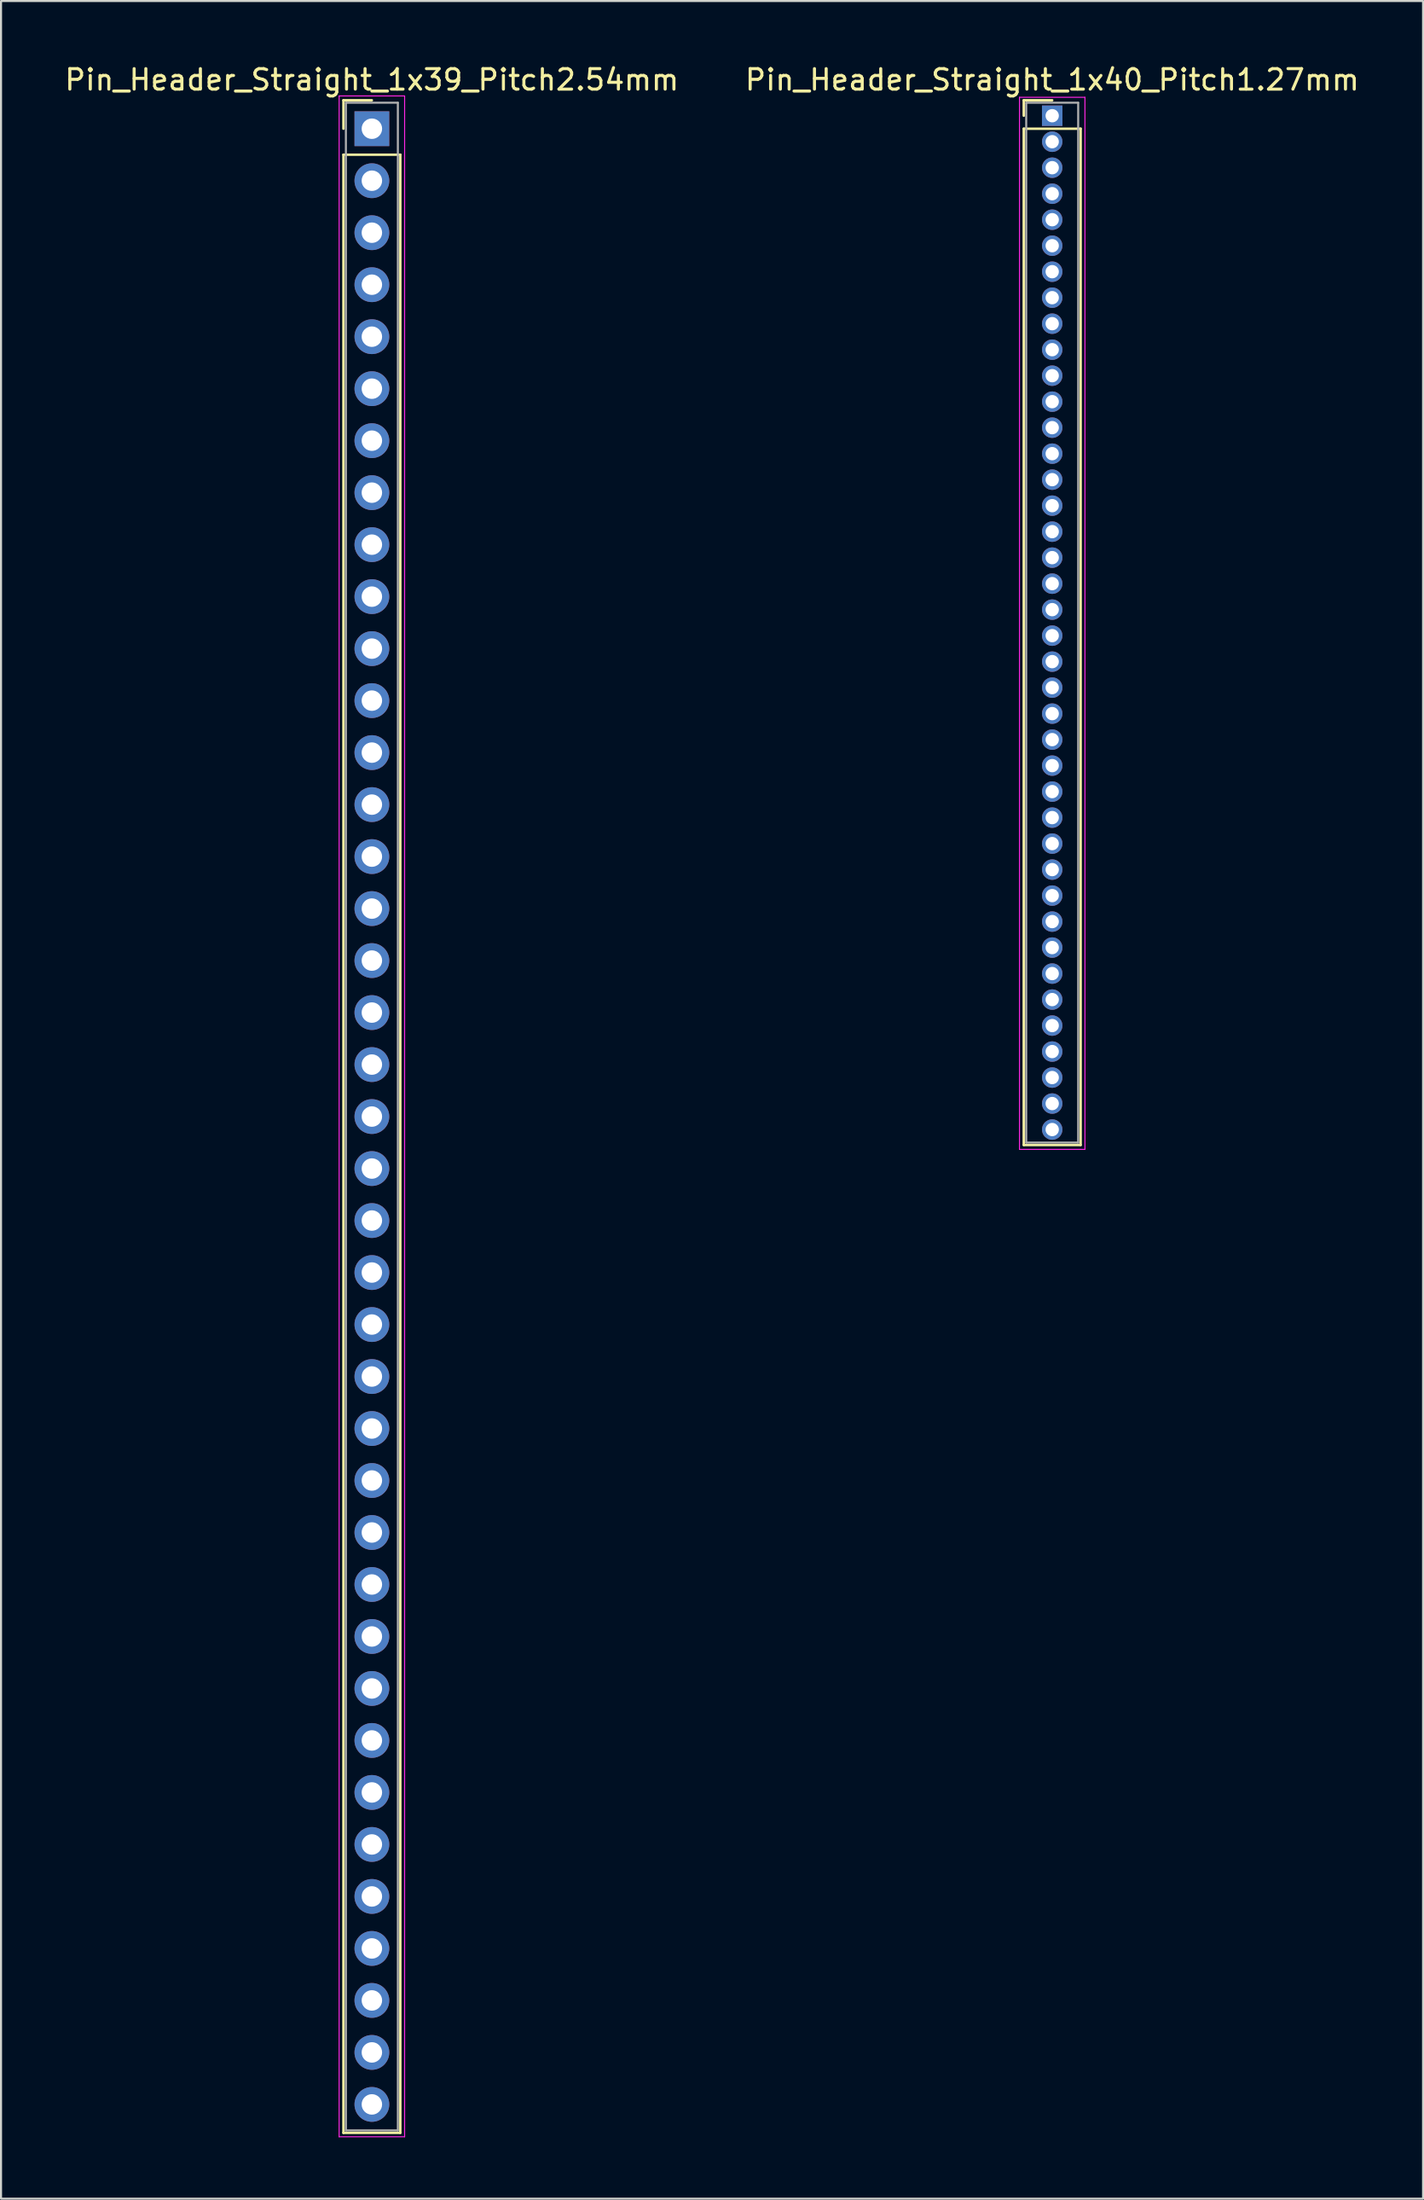
<source format=kicad_pcb>
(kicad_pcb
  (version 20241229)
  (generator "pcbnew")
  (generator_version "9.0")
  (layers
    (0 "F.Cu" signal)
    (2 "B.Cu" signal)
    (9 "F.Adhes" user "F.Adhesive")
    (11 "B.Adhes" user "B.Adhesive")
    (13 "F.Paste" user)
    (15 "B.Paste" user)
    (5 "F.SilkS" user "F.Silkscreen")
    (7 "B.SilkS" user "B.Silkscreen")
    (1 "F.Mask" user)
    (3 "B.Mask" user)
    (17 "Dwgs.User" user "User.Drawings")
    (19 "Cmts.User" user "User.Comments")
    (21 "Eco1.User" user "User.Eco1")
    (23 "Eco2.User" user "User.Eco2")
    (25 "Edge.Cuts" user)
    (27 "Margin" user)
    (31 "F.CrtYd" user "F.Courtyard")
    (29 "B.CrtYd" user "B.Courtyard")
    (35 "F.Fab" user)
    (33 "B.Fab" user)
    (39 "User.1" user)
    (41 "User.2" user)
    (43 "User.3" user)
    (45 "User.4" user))
  (footprint "Pin_Header_Straight_1x39_Pitch2.54mm"
    (layer "F.Cu")
    (at 15.125 3.238)
    (property "Reference" "Pin_Header_Straight_1x39_Pitch2.54mm" (at 0 -2.39 0) (layer "F.SilkS") (effects (font (size 1 1) (thickness 0.15))))
    (attr through_hole)
    (fp_line (start -1.39 -1.39) (end 0 -1.39) (stroke (width 0.12) (type solid)) (layer "F.SilkS"))
    (fp_line (start -1.39 0) (end -1.39 -1.39) (stroke (width 0.12) (type solid)) (layer "F.SilkS"))
    (fp_line (start -1.39 1.27) (end -1.39 97.91) (stroke (width 0.12) (type solid)) (layer "F.SilkS"))
    (fp_line (start -1.39 97.91) (end 1.39 97.91) (stroke (width 0.12) (type solid)) (layer "F.SilkS"))
    (fp_line (start 1.39 1.27) (end -1.39 1.27) (stroke (width 0.12) (type solid)) (layer "F.SilkS"))
    (fp_line (start 1.39 97.91) (end 1.39 1.27) (stroke (width 0.12) (type solid)) (layer "F.SilkS"))
    (fp_line (start -1.6 -1.6) (end -1.6 98.1) (stroke (width 0.05) (type solid)) (layer "F.CrtYd"))
    (fp_line (start -1.6 98.1) (end 1.6 98.1) (stroke (width 0.05) (type solid)) (layer "F.CrtYd"))
    (fp_line (start 1.6 -1.6) (end -1.6 -1.6) (stroke (width 0.05) (type solid)) (layer "F.CrtYd"))
    (fp_line (start 1.6 98.1) (end 1.6 -1.6) (stroke (width 0.05) (type solid)) (layer "F.CrtYd"))
    (fp_line (start -1.27 -1.27) (end -1.27 97.79) (stroke (width 0.1) (type solid)) (layer "F.Fab"))
    (fp_line (start -1.27 97.79) (end 1.27 97.79) (stroke (width 0.1) (type solid)) (layer "F.Fab"))
    (fp_line (start 1.27 -1.27) (end -1.27 -1.27) (stroke (width 0.1) (type solid)) (layer "F.Fab"))
    (fp_line (start 1.27 97.79) (end 1.27 -1.27) (stroke (width 0.1) (type solid)) (layer "F.Fab"))
    (pad "1" thru_hole rect (at 0 0) (size 1.7 1.7) (drill 1) (layers "*.Cu" "*.Mask"))
    (pad "2" thru_hole oval (at 0 2.54) (size 1.7 1.7) (drill 1) (layers "*.Cu" "*.Mask"))
    (pad "3" thru_hole oval (at 0 5.08) (size 1.7 1.7) (drill 1) (layers "*.Cu" "*.Mask"))
    (pad "4" thru_hole oval (at 0 7.62) (size 1.7 1.7) (drill 1) (layers "*.Cu" "*.Mask"))
    (pad "5" thru_hole oval (at 0 10.16) (size 1.7 1.7) (drill 1) (layers "*.Cu" "*.Mask"))
    (pad "6" thru_hole oval (at 0 12.7) (size 1.7 1.7) (drill 1) (layers "*.Cu" "*.Mask"))
    (pad "7" thru_hole oval (at 0 15.24) (size 1.7 1.7) (drill 1) (layers "*.Cu" "*.Mask"))
    (pad "8" thru_hole oval (at 0 17.78) (size 1.7 1.7) (drill 1) (layers "*.Cu" "*.Mask"))
    (pad "9" thru_hole oval (at 0 20.32) (size 1.7 1.7) (drill 1) (layers "*.Cu" "*.Mask"))
    (pad "10" thru_hole oval (at 0 22.86) (size 1.7 1.7) (drill 1) (layers "*.Cu" "*.Mask"))
    (pad "11" thru_hole oval (at 0 25.4) (size 1.7 1.7) (drill 1) (layers "*.Cu" "*.Mask"))
    (pad "12" thru_hole oval (at 0 27.94) (size 1.7 1.7) (drill 1) (layers "*.Cu" "*.Mask"))
    (pad "13" thru_hole oval (at 0 30.48) (size 1.7 1.7) (drill 1) (layers "*.Cu" "*.Mask"))
    (pad "14" thru_hole oval (at 0 33.02) (size 1.7 1.7) (drill 1) (layers "*.Cu" "*.Mask"))
    (pad "15" thru_hole oval (at 0 35.56) (size 1.7 1.7) (drill 1) (layers "*.Cu" "*.Mask"))
    (pad "16" thru_hole oval (at 0 38.1) (size 1.7 1.7) (drill 1) (layers "*.Cu" "*.Mask"))
    (pad "17" thru_hole oval (at 0 40.64) (size 1.7 1.7) (drill 1) (layers "*.Cu" "*.Mask"))
    (pad "18" thru_hole oval (at 0 43.18) (size 1.7 1.7) (drill 1) (layers "*.Cu" "*.Mask"))
    (pad "19" thru_hole oval (at 0 45.72) (size 1.7 1.7) (drill 1) (layers "*.Cu" "*.Mask"))
    (pad "20" thru_hole oval (at 0 48.26) (size 1.7 1.7) (drill 1) (layers "*.Cu" "*.Mask"))
    (pad "21" thru_hole oval (at 0 50.8) (size 1.7 1.7) (drill 1) (layers "*.Cu" "*.Mask"))
    (pad "22" thru_hole oval (at 0 53.34) (size 1.7 1.7) (drill 1) (layers "*.Cu" "*.Mask"))
    (pad "23" thru_hole oval (at 0 55.88) (size 1.7 1.7) (drill 1) (layers "*.Cu" "*.Mask"))
    (pad "24" thru_hole oval (at 0 58.42) (size 1.7 1.7) (drill 1) (layers "*.Cu" "*.Mask"))
    (pad "25" thru_hole oval (at 0 60.96) (size 1.7 1.7) (drill 1) (layers "*.Cu" "*.Mask"))
    (pad "26" thru_hole oval (at 0 63.5) (size 1.7 1.7) (drill 1) (layers "*.Cu" "*.Mask"))
    (pad "27" thru_hole oval (at 0 66.04) (size 1.7 1.7) (drill 1) (layers "*.Cu" "*.Mask"))
    (pad "28" thru_hole oval (at 0 68.58) (size 1.7 1.7) (drill 1) (layers "*.Cu" "*.Mask"))
    (pad "29" thru_hole oval (at 0 71.12) (size 1.7 1.7) (drill 1) (layers "*.Cu" "*.Mask"))
    (pad "30" thru_hole oval (at 0 73.66) (size 1.7 1.7) (drill 1) (layers "*.Cu" "*.Mask"))
    (pad "31" thru_hole oval (at 0 76.2) (size 1.7 1.7) (drill 1) (layers "*.Cu" "*.Mask"))
    (pad "32" thru_hole oval (at 0 78.74) (size 1.7 1.7) (drill 1) (layers "*.Cu" "*.Mask"))
    (pad "33" thru_hole oval (at 0 81.28) (size 1.7 1.7) (drill 1) (layers "*.Cu" "*.Mask"))
    (pad "34" thru_hole oval (at 0 83.82) (size 1.7 1.7) (drill 1) (layers "*.Cu" "*.Mask"))
    (pad "35" thru_hole oval (at 0 86.36) (size 1.7 1.7) (drill 1) (layers "*.Cu" "*.Mask"))
    (pad "36" thru_hole oval (at 0 88.9) (size 1.7 1.7) (drill 1) (layers "*.Cu" "*.Mask"))
    (pad "37" thru_hole oval (at 0 91.44) (size 1.7 1.7) (drill 1) (layers "*.Cu" "*.Mask"))
    (pad "38" thru_hole oval (at 0 93.98) (size 1.7 1.7) (drill 1) (layers "*.Cu" "*.Mask"))
    (pad "39" thru_hole oval (at 0 96.52) (size 1.7 1.7) (drill 1) (layers "*.Cu" "*.Mask")))
  (footprint "Pin_Header_Straight_1x40_Pitch1.27mm"
    (layer "F.Cu")
    (at 48.375 2.603)
    (property "Reference" "Pin_Header_Straight_1x40_Pitch1.27mm" (at 0 -1.755 0) (layer "F.SilkS") (effects (font (size 1 1) (thickness 0.15))))
    (attr through_hole)
    (fp_line (start -1.39 -0.755) (end 0 -0.755) (stroke (width 0.12) (type solid)) (layer "F.SilkS"))
    (fp_line (start -1.39 0) (end -1.39 -0.755) (stroke (width 0.12) (type solid)) (layer "F.SilkS"))
    (fp_line (start -1.39 0.635) (end -1.39 50.285) (stroke (width 0.12) (type solid)) (layer "F.SilkS"))
    (fp_line (start -1.39 50.285) (end 1.39 50.285) (stroke (width 0.12) (type solid)) (layer "F.SilkS"))
    (fp_line (start 1.39 0.635) (end -1.39 0.635) (stroke (width 0.12) (type solid)) (layer "F.SilkS"))
    (fp_line (start 1.39 50.285) (end 1.39 0.635) (stroke (width 0.12) (type solid)) (layer "F.SilkS"))
    (fp_line (start -1.6 -0.9) (end -1.6 50.5) (stroke (width 0.05) (type solid)) (layer "F.CrtYd"))
    (fp_line (start -1.6 50.5) (end 1.6 50.5) (stroke (width 0.05) (type solid)) (layer "F.CrtYd"))
    (fp_line (start 1.6 -0.9) (end -1.6 -0.9) (stroke (width 0.05) (type solid)) (layer "F.CrtYd"))
    (fp_line (start 1.6 50.5) (end 1.6 -0.9) (stroke (width 0.05) (type solid)) (layer "F.CrtYd"))
    (fp_line (start -1.27 -0.635) (end -1.27 50.165) (stroke (width 0.1) (type solid)) (layer "F.Fab"))
    (fp_line (start -1.27 50.165) (end 1.27 50.165) (stroke (width 0.1) (type solid)) (layer "F.Fab"))
    (fp_line (start 1.27 -0.635) (end -1.27 -0.635) (stroke (width 0.1) (type solid)) (layer "F.Fab"))
    (fp_line (start 1.27 50.165) (end 1.27 -0.635) (stroke (width 0.1) (type solid)) (layer "F.Fab"))
    (pad "1" thru_hole rect (at 0 0) (size 1 1) (drill 0.65) (layers "*.Cu" "*.Mask"))
    (pad "2" thru_hole oval (at 0 1.27) (size 1 1) (drill 0.65) (layers "*.Cu" "*.Mask"))
    (pad "3" thru_hole oval (at 0 2.54) (size 1 1) (drill 0.65) (layers "*.Cu" "*.Mask"))
    (pad "4" thru_hole oval (at 0 3.81) (size 1 1) (drill 0.65) (layers "*.Cu" "*.Mask"))
    (pad "5" thru_hole oval (at 0 5.08) (size 1 1) (drill 0.65) (layers "*.Cu" "*.Mask"))
    (pad "6" thru_hole oval (at 0 6.35) (size 1 1) (drill 0.65) (layers "*.Cu" "*.Mask"))
    (pad "7" thru_hole oval (at 0 7.62) (size 1 1) (drill 0.65) (layers "*.Cu" "*.Mask"))
    (pad "8" thru_hole oval (at 0 8.89) (size 1 1) (drill 0.65) (layers "*.Cu" "*.Mask"))
    (pad "9" thru_hole oval (at 0 10.16) (size 1 1) (drill 0.65) (layers "*.Cu" "*.Mask"))
    (pad "10" thru_hole oval (at 0 11.43) (size 1 1) (drill 0.65) (layers "*.Cu" "*.Mask"))
    (pad "11" thru_hole oval (at 0 12.7) (size 1 1) (drill 0.65) (layers "*.Cu" "*.Mask"))
    (pad "12" thru_hole oval (at 0 13.97) (size 1 1) (drill 0.65) (layers "*.Cu" "*.Mask"))
    (pad "13" thru_hole oval (at 0 15.24) (size 1 1) (drill 0.65) (layers "*.Cu" "*.Mask"))
    (pad "14" thru_hole oval (at 0 16.51) (size 1 1) (drill 0.65) (layers "*.Cu" "*.Mask"))
    (pad "15" thru_hole oval (at 0 17.78) (size 1 1) (drill 0.65) (layers "*.Cu" "*.Mask"))
    (pad "16" thru_hole oval (at 0 19.05) (size 1 1) (drill 0.65) (layers "*.Cu" "*.Mask"))
    (pad "17" thru_hole oval (at 0 20.32) (size 1 1) (drill 0.65) (layers "*.Cu" "*.Mask"))
    (pad "18" thru_hole oval (at 0 21.59) (size 1 1) (drill 0.65) (layers "*.Cu" "*.Mask"))
    (pad "19" thru_hole oval (at 0 22.86) (size 1 1) (drill 0.65) (layers "*.Cu" "*.Mask"))
    (pad "20" thru_hole oval (at 0 24.13) (size 1 1) (drill 0.65) (layers "*.Cu" "*.Mask"))
    (pad "21" thru_hole oval (at 0 25.4) (size 1 1) (drill 0.65) (layers "*.Cu" "*.Mask"))
    (pad "22" thru_hole oval (at 0 26.67) (size 1 1) (drill 0.65) (layers "*.Cu" "*.Mask"))
    (pad "23" thru_hole oval (at 0 27.94) (size 1 1) (drill 0.65) (layers "*.Cu" "*.Mask"))
    (pad "24" thru_hole oval (at 0 29.21) (size 1 1) (drill 0.65) (layers "*.Cu" "*.Mask"))
    (pad "25" thru_hole oval (at 0 30.48) (size 1 1) (drill 0.65) (layers "*.Cu" "*.Mask"))
    (pad "26" thru_hole oval (at 0 31.75) (size 1 1) (drill 0.65) (layers "*.Cu" "*.Mask"))
    (pad "27" thru_hole oval (at 0 33.02) (size 1 1) (drill 0.65) (layers "*.Cu" "*.Mask"))
    (pad "28" thru_hole oval (at 0 34.29) (size 1 1) (drill 0.65) (layers "*.Cu" "*.Mask"))
    (pad "29" thru_hole oval (at 0 35.56) (size 1 1) (drill 0.65) (layers "*.Cu" "*.Mask"))
    (pad "30" thru_hole oval (at 0 36.83) (size 1 1) (drill 0.65) (layers "*.Cu" "*.Mask"))
    (pad "31" thru_hole oval (at 0 38.1) (size 1 1) (drill 0.65) (layers "*.Cu" "*.Mask"))
    (pad "32" thru_hole oval (at 0 39.37) (size 1 1) (drill 0.65) (layers "*.Cu" "*.Mask"))
    (pad "33" thru_hole oval (at 0 40.64) (size 1 1) (drill 0.65) (layers "*.Cu" "*.Mask"))
    (pad "34" thru_hole oval (at 0 41.91) (size 1 1) (drill 0.65) (layers "*.Cu" "*.Mask"))
    (pad "35" thru_hole oval (at 0 43.18) (size 1 1) (drill 0.65) (layers "*.Cu" "*.Mask"))
    (pad "36" thru_hole oval (at 0 44.45) (size 1 1) (drill 0.65) (layers "*.Cu" "*.Mask"))
    (pad "37" thru_hole oval (at 0 45.72) (size 1 1) (drill 0.65) (layers "*.Cu" "*.Mask"))
    (pad "38" thru_hole oval (at 0 46.99) (size 1 1) (drill 0.65) (layers "*.Cu" "*.Mask"))
    (pad "39" thru_hole oval (at 0 48.26) (size 1 1) (drill 0.65) (layers "*.Cu" "*.Mask"))
    (pad "40" thru_hole oval (at 0 49.53) (size 1 1) (drill 0.65) (layers "*.Cu" "*.Mask")))
  (gr_rect
    (start -3 -3)
    (end 66.5 104.363)
    (stroke (width 0.1) (type default))
    (fill no)
    (layer "Edge.Cuts")))
</source>
